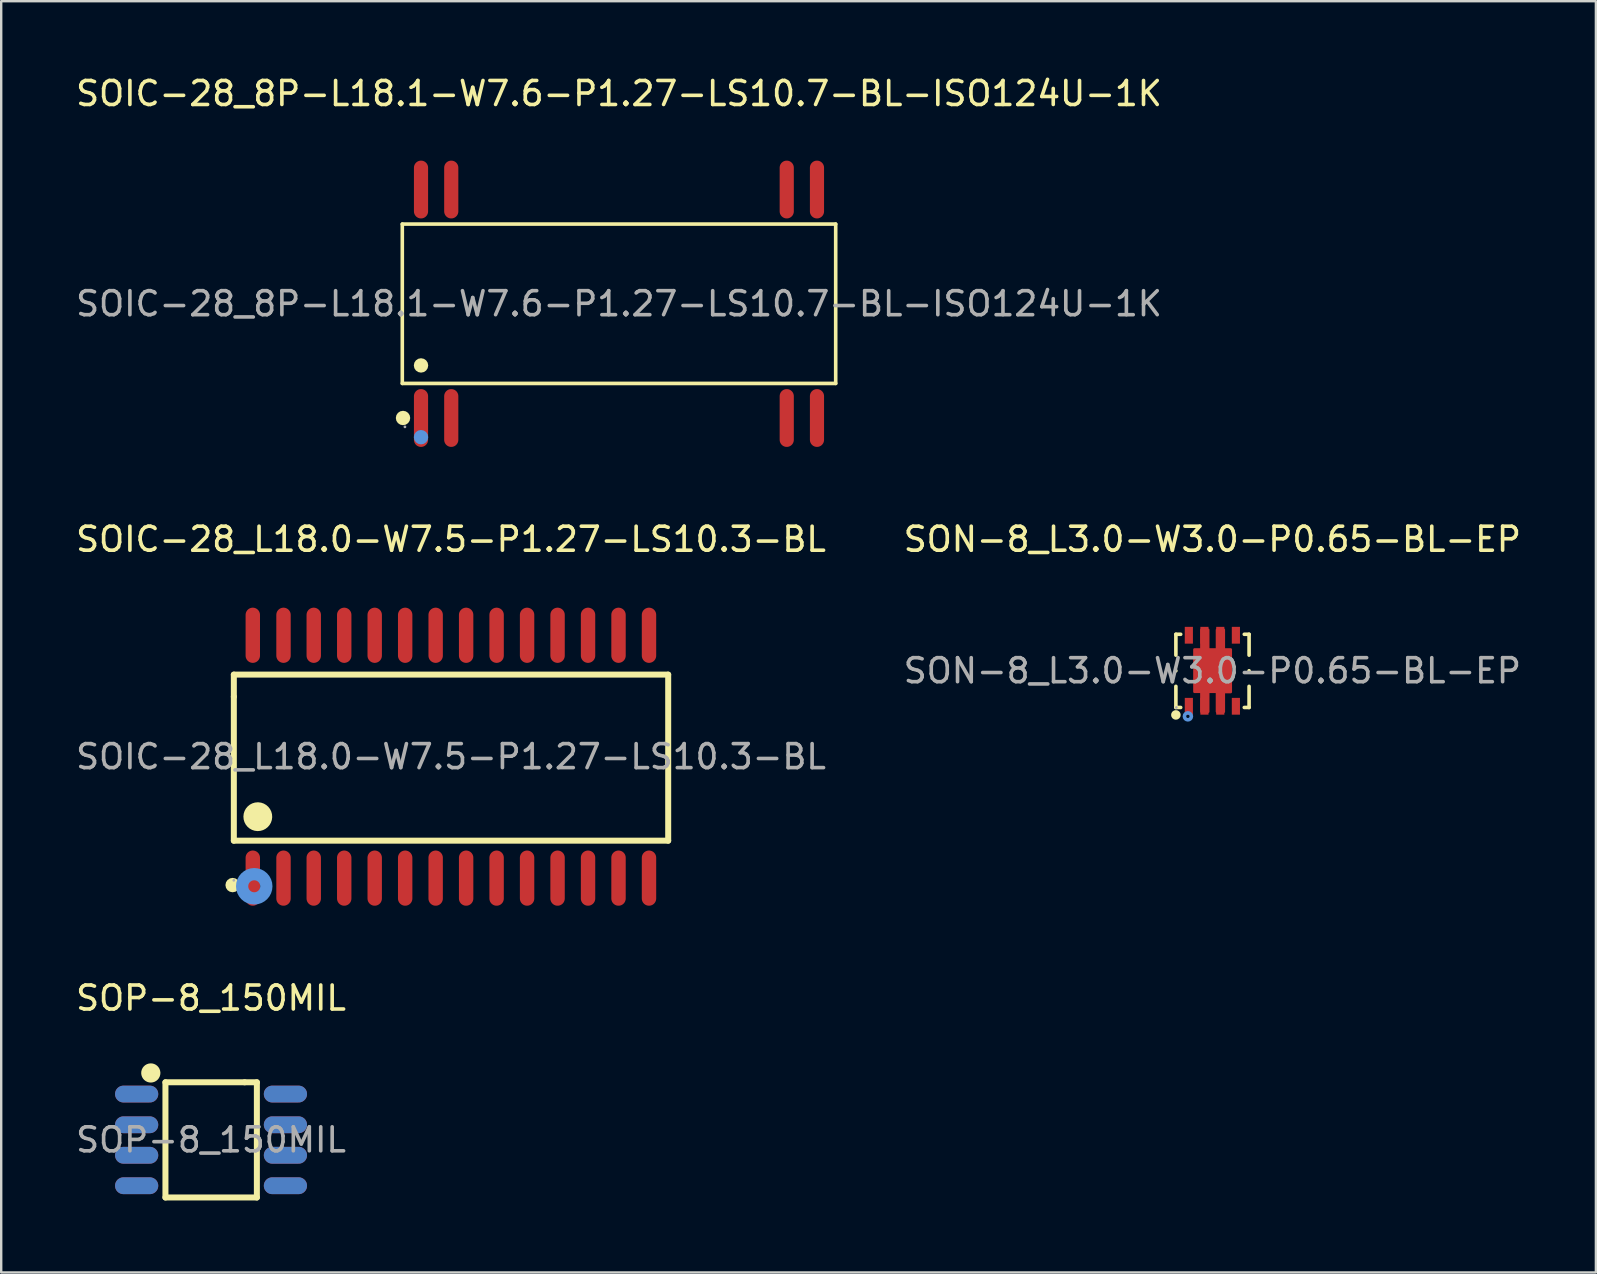
<source format=kicad_pcb>
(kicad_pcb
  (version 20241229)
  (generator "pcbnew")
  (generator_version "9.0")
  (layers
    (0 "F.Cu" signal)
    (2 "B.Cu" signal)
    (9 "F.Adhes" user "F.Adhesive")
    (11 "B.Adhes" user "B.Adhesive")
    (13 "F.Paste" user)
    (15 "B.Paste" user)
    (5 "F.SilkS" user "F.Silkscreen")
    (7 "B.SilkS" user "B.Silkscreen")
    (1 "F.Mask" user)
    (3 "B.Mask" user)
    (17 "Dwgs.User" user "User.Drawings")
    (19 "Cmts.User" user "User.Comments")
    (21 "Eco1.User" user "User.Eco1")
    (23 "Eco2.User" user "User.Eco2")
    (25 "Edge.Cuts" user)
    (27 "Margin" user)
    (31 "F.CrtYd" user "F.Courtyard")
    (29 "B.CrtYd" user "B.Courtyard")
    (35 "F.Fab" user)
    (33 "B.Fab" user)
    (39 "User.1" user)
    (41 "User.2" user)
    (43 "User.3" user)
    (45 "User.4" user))
  (footprint "SOIC-28_8P-L18.1-W7.6-P1.27-LS10.7-BL-ISO124U-1K"
    (layer "F.Cu")
    (at 22.744 9.608)
    (property "Reference" "SOIC-28_8P-L18.1-W7.6-P1.27-LS10.7-BL-ISO124U-1K" (at 0 -8.76 0) (layer "F.SilkS") (effects (font (size 1 1) (thickness 0.15))))
    (attr through_hole)
    (fp_line (start -9.03 -3.32) (end 9.03 -3.32) (stroke (width 0.15) (type solid)) (layer "F.SilkS"))
    (fp_line (start -9.03 3.32) (end -9.03 -3.32) (stroke (width 0.15) (type solid)) (layer "F.SilkS"))
    (fp_line (start 9.03 -3.32) (end 9.03 3.32) (stroke (width 0.15) (type solid)) (layer "F.SilkS"))
    (fp_line (start 9.03 3.32) (end -9.03 3.32) (stroke (width 0.15) (type solid)) (layer "F.SilkS"))
    (fp_circle (center -9 4.76) (end -8.85 4.76) (stroke (width 0.3) (type solid)) (fill no) (layer "F.SilkS"))
    (fp_circle (center -8.25 2.57) (end -8.1 2.57) (stroke (width 0.3) (type solid)) (fill no) (layer "F.SilkS"))
    (fp_circle (center -8.25 5.56) (end -8.1 5.56) (stroke (width 0.3) (type solid)) (fill no) (layer "Cmts.User"))
    (fp_circle (center -8.92 5.13) (end -8.89 5.13) (stroke (width 0.06) (type solid)) (fill no) (layer "F.Fab"))
    (fp_text user "${REFERENCE}" (at 0 0 0) (layer "F.Fab") (effects (font (size 1 1) (thickness 0.15))))
    (pad "1" smd oval (at -8.25 4.76) (size 0.59 2.41) (layers "F.Cu" "F.Mask" "F.Paste"))
    (pad "2" smd oval (at -6.99 4.76) (size 0.59 2.41) (layers "F.Cu" "F.Mask" "F.Paste"))
    (pad "13" smd oval (at 6.99 4.76) (size 0.59 2.41) (layers "F.Cu" "F.Mask" "F.Paste"))
    (pad "14" smd oval (at 8.25 4.76) (size 0.59 2.41) (layers "F.Cu" "F.Mask" "F.Paste"))
    (pad "15" smd oval (at 8.25 -4.76) (size 0.59 2.41) (layers "F.Cu" "F.Mask" "F.Paste"))
    (pad "16" smd oval (at 6.99 -4.76) (size 0.59 2.41) (layers "F.Cu" "F.Mask" "F.Paste"))
    (pad "27" smd oval (at -6.99 -4.76) (size 0.59 2.41) (layers "F.Cu" "F.Mask" "F.Paste"))
    (pad "28" smd oval (at -8.25 -4.76) (size 0.59 2.41) (layers "F.Cu" "F.Mask" "F.Paste")))
  (footprint "SON-8_L3.0-W3.0-P0.65-BL-EP"
    (layer "F.Cu")
    (at 47.47 24.901)
    (property "Reference" "SON-8_L3.0-W3.0-P0.65-BL-EP" (at 0 -5.48 0) (layer "F.SilkS") (effects (font (size 1 1) (thickness 0.15))))
    (attr through_hole)
    (fp_line (start -1.52 -1.52) (end -1.52 -0.65) (stroke (width 0.15) (type solid)) (layer "F.SilkS"))
    (fp_line (start -1.52 0) (end -1.52 0) (stroke (width 0.15) (type solid)) (layer "F.SilkS"))
    (fp_line (start -1.52 0.65) (end -1.52 1.53) (stroke (width 0.15) (type solid)) (layer "F.SilkS"))
    (fp_line (start -1.52 1.53) (end -1.32 1.53) (stroke (width 0.15) (type solid)) (layer "F.SilkS"))
    (fp_line (start -1.32 -1.52) (end -1.52 -1.52) (stroke (width 0.15) (type solid)) (layer "F.SilkS"))
    (fp_line (start 1.33 1.53) (end 1.53 1.53) (stroke (width 0.15) (type solid)) (layer "F.SilkS"))
    (fp_line (start 1.53 -1.52) (end 1.33 -1.52) (stroke (width 0.15) (type solid)) (layer "F.SilkS"))
    (fp_line (start 1.53 -0.65) (end 1.53 -1.52) (stroke (width 0.15) (type solid)) (layer "F.SilkS"))
    (fp_line (start 1.53 0) (end 1.53 0) (stroke (width 0.15) (type solid)) (layer "F.SilkS"))
    (fp_line (start 1.53 1.53) (end 1.53 0.65) (stroke (width 0.15) (type solid)) (layer "F.SilkS"))
    (fp_circle (center -1.52 1.84) (end -1.42 1.84) (stroke (width 0.2) (type solid)) (fill no) (layer "F.SilkS"))
    (fp_circle (center -1.02 1.9) (end -0.95 1.9) (stroke (width 0.15) (type solid)) (fill no) (layer "Cmts.User"))
    (fp_circle (center -1.5 1.53) (end -1.47 1.53) (stroke (width 0.06) (type solid)) (fill no) (layer "F.Fab"))
    (fp_text user "${REFERENCE}" (at 0 0 0) (layer "F.Fab") (effects (font (size 1 1) (thickness 0.15))))
    (pad "1" smd rect (at -0.98 1.48) (size 0.34 0.7) (layers "F.Cu" "F.Mask" "F.Paste"))
    (pad "2" smd rect (at -0.33 1.48) (size 0.34 0.7) (layers "F.Cu" "F.Mask" "F.Paste"))
    (pad "3" smd rect (at 0.33 1.48) (size 0.34 0.7) (layers "F.Cu" "F.Mask" "F.Paste"))
    (pad "4" smd rect (at 0.98 1.48) (size 0.34 0.7) (layers "F.Cu" "F.Mask" "F.Paste"))
    (pad "5" smd rect (at 0.98 -1.48 180) (size 0.34 0.7) (layers "F.Cu" "F.Mask" "F.Paste"))
    (pad "6" smd rect (at 0.33 -1.48 180) (size 0.34 0.7) (layers "F.Cu" "F.Mask" "F.Paste"))
    (pad "7" smd rect (at -0.33 -1.48 180) (size 0.34 0.7) (layers "F.Cu" "F.Mask" "F.Paste"))
    (pad "8" smd rect (at -0.98 -1.48 180) (size 0.34 0.7) (layers "F.Cu" "F.Mask" "F.Paste"))
    (pad "9" smd custom (at 0.01 0 90) (size 1 1) (layers "F.Cu" "F.Mask" "F.Paste") (options (anchor circle)) (primitives (gr_poly (pts (xy -0.89 0.76) (xy -0.89 0.47) (xy -1.71 0.47) (xy -1.71 0.18) (xy -0.88 0.18) (xy -0.88 -0.18) (xy -1.71 -0.18) (xy -1.71 -0.47) (xy -0.88 -0.47) (xy -0.88 -0.76) (xy 0.89 -0.76) (xy 0.89 -0.47) (xy 1.71 -0.47) (xy 1.71 -0.18) (xy 0.89 -0.18) (xy 0.89 0.18) (xy 1.71 0.18) (xy 1.71 0.47) (xy 0.89 0.47) (xy 0.89 0.76) (xy -0.89 0.76)) (width 0.1) (fill yes)))))
  (footprint "SOIC-28_L18.0-W7.5-P1.27-LS10.3-BL"
    (layer "F.Cu")
    (at 15.744 28.482)
    (property "Reference" "SOIC-28_L18.0-W7.5-P1.27-LS10.3-BL" (at 0 -9.06 0) (layer "F.SilkS") (effects (font (size 1 1) (thickness 0.15))))
    (attr through_hole)
    (fp_line (start -9.05 -3.42) (end 9.05 -3.42) (stroke (width 0.25) (type solid)) (layer "F.SilkS"))
    (fp_line (start -9.05 -2.5) (end -9.05 -3.42) (stroke (width 0.25) (type solid)) (layer "F.SilkS"))
    (fp_line (start -9.05 3.5) (end -9.05 -2.5) (stroke (width 0.25) (type solid)) (layer "F.SilkS"))
    (fp_line (start 9.05 -3.42) (end 9.05 3.5) (stroke (width 0.25) (type solid)) (layer "F.SilkS"))
    (fp_line (start 9.05 3.5) (end -9.05 3.5) (stroke (width 0.25) (type solid)) (layer "F.SilkS"))
    (fp_arc (start -9.1 5.35) (mid -9.1 5.35) (end -9.1 5.35) (stroke (width 0.3) (type solid)) (layer "F.SilkS"))
    (fp_arc (start -8.04 2.2) (mid -8.054999 2.800125) (end -8.050004 2.199833) (stroke (width 0.6) (type solid)) (layer "F.SilkS"))
    (fp_circle (center -8.2 5.4) (end -7.95 5.4) (stroke (width 0.51) (type solid)) (fill no) (layer "Cmts.User"))
    (fp_circle (center -9.05 5.15) (end -9.02 5.15) (stroke (width 0.06) (type solid)) (fill no) (layer "F.Fab"))
    (fp_text user "${REFERENCE}" (at 0 0 0) (layer "F.Fab") (effects (font (size 1 1) (thickness 0.15))))
    (pad "1" smd oval (at -8.26 5.06 180) (size 0.6 2.3) (layers "F.Cu" "F.Mask" "F.Paste"))
    (pad "2" smd oval (at -6.98 5.06 180) (size 0.6 2.3) (layers "F.Cu" "F.Mask" "F.Paste"))
    (pad "3" smd oval (at -5.72 5.06 180) (size 0.6 2.3) (layers "F.Cu" "F.Mask" "F.Paste"))
    (pad "4" smd oval (at -4.45 5.06 180) (size 0.6 2.3) (layers "F.Cu" "F.Mask" "F.Paste"))
    (pad "5" smd oval (at -3.18 5.06 180) (size 0.6 2.3) (layers "F.Cu" "F.Mask" "F.Paste"))
    (pad "6" smd oval (at -1.91 5.06 180) (size 0.6 2.3) (layers "F.Cu" "F.Mask" "F.Paste"))
    (pad "7" smd oval (at -0.64 5.06 180) (size 0.6 2.3) (layers "F.Cu" "F.Mask" "F.Paste"))
    (pad "8" smd oval (at 0.63 5.06 180) (size 0.6 2.3) (layers "F.Cu" "F.Mask" "F.Paste"))
    (pad "9" smd oval (at 1.9 5.06 180) (size 0.6 2.3) (layers "F.Cu" "F.Mask" "F.Paste"))
    (pad "10" smd oval (at 3.17 5.06 180) (size 0.6 2.3) (layers "F.Cu" "F.Mask" "F.Paste"))
    (pad "11" smd oval (at 4.44 5.06 180) (size 0.6 2.3) (layers "F.Cu" "F.Mask" "F.Paste"))
    (pad "12" smd oval (at 5.71 5.06 180) (size 0.6 2.3) (layers "F.Cu" "F.Mask" "F.Paste"))
    (pad "13" smd oval (at 6.98 5.06 180) (size 0.6 2.3) (layers "F.Cu" "F.Mask" "F.Paste"))
    (pad "14" smd oval (at 8.25 5.06 180) (size 0.6 2.3) (layers "F.Cu" "F.Mask" "F.Paste"))
    (pad "15" smd oval (at 8.25 -5.06 180) (size 0.6 2.3) (layers "F.Cu" "F.Mask" "F.Paste"))
    (pad "16" smd oval (at 6.98 -5.06 180) (size 0.6 2.3) (layers "F.Cu" "F.Mask" "F.Paste"))
    (pad "17" smd oval (at 5.71 -5.06 180) (size 0.6 2.3) (layers "F.Cu" "F.Mask" "F.Paste"))
    (pad "18" smd oval (at 4.44 -5.06 180) (size 0.6 2.3) (layers "F.Cu" "F.Mask" "F.Paste"))
    (pad "19" smd oval (at 3.17 -5.06 180) (size 0.6 2.3) (layers "F.Cu" "F.Mask" "F.Paste"))
    (pad "20" smd oval (at 1.9 -5.06 180) (size 0.6 2.3) (layers "F.Cu" "F.Mask" "F.Paste"))
    (pad "21" smd oval (at 0.63 -5.06 180) (size 0.6 2.3) (layers "F.Cu" "F.Mask" "F.Paste"))
    (pad "22" smd oval (at -0.64 -5.06 180) (size 0.6 2.3) (layers "F.Cu" "F.Mask" "F.Paste"))
    (pad "23" smd oval (at -1.91 -5.06 180) (size 0.6 2.3) (layers "F.Cu" "F.Mask" "F.Paste"))
    (pad "24" smd oval (at -3.18 -5.06 180) (size 0.6 2.3) (layers "F.Cu" "F.Mask" "F.Paste"))
    (pad "25" smd oval (at -4.45 -5.06 180) (size 0.6 2.3) (layers "F.Cu" "F.Mask" "F.Paste"))
    (pad "26" smd oval (at -5.72 -5.06 180) (size 0.6 2.3) (layers "F.Cu" "F.Mask" "F.Paste"))
    (pad "27" smd oval (at -6.98 -5.06 180) (size 0.6 2.3) (layers "F.Cu" "F.Mask" "F.Paste"))
    (pad "28" smd oval (at -8.26 -5.06 180) (size 0.6 2.3) (layers "F.Cu" "F.Mask" "F.Paste")))
  (footprint "SOP-8_150MIL"
    (layer "F.Cu")
    (at 5.744 44.45)
    (property "Reference" "SOP-8_150MIL" (at 0 -5.91 0) (layer "F.SilkS") (effects (font (size 1 1) (thickness 0.15))))
    (attr through_hole)
    (fp_line (start -1.9 -2.4) (end -1.9 2.4) (stroke (width 0.25) (type solid)) (layer "F.SilkS"))
    (fp_line (start -1.9 2.4) (end 1.91 2.4) (stroke (width 0.25) (type solid)) (layer "F.SilkS"))
    (fp_line (start 1.4 -2.4) (end -1.9 -2.4) (stroke (width 0.25) (type solid)) (layer "F.SilkS"))
    (fp_line (start 1.91 -2.4) (end 1.4 -2.4) (stroke (width 0.25) (type solid)) (layer "F.SilkS"))
    (fp_line (start 1.91 2.4) (end 1.91 -2.4) (stroke (width 0.25) (type solid)) (layer "F.SilkS"))
    (fp_arc (start -2.31 -2.79) (mid -2.709937 -2.784991) (end -2.310251 -2.800014) (stroke (width 0.4) (type solid)) (layer "F.SilkS"))
    (fp_text user "${REFERENCE}" (at 0 0 0) (layer "F.Fab") (effects (font (size 1 1) (thickness 0.15))))
    (pad "1" thru_hole oval (at -3.1 -1.91 90) (size 0.7 1.8) (drill 0.001) (layers "F.Cu" "F.Mask" "F.Paste"))
    (pad "2" thru_hole oval (at -3.1 -0.63 90) (size 0.7 1.8) (drill 0.001) (layers "F.Cu" "F.Mask" "F.Paste"))
    (pad "3" thru_hole oval (at -3.1 0.64 90) (size 0.7 1.8) (drill 0.001) (layers "F.Cu" "F.Mask" "F.Paste"))
    (pad "4" thru_hole oval (at -3.1 1.91 90) (size 0.7 1.8) (drill 0.001) (layers "F.Cu" "F.Mask" "F.Paste"))
    (pad "5" thru_hole oval (at 3.1 1.91 90) (size 0.7 1.8) (drill 0.001) (layers "F.Cu" "F.Mask" "F.Paste"))
    (pad "6" thru_hole oval (at 3.1 0.64 90) (size 0.7 1.8) (drill 0.001) (layers "F.Cu" "F.Mask" "F.Paste"))
    (pad "7" thru_hole oval (at 3.1 -0.63 90) (size 0.7 1.8) (drill 0.001) (layers "F.Cu" "F.Mask" "F.Paste"))
    (pad "8" thru_hole oval (at 3.1 -1.91 90) (size 0.7 1.8) (drill 0.001) (layers "F.Cu" "F.Mask" "F.Paste")))
  (gr_rect
    (start -3 -3)
    (end 63.452 49.975)
    (stroke (width 0.1) (type default))
    (fill no)
    (layer "Edge.Cuts")))
</source>
